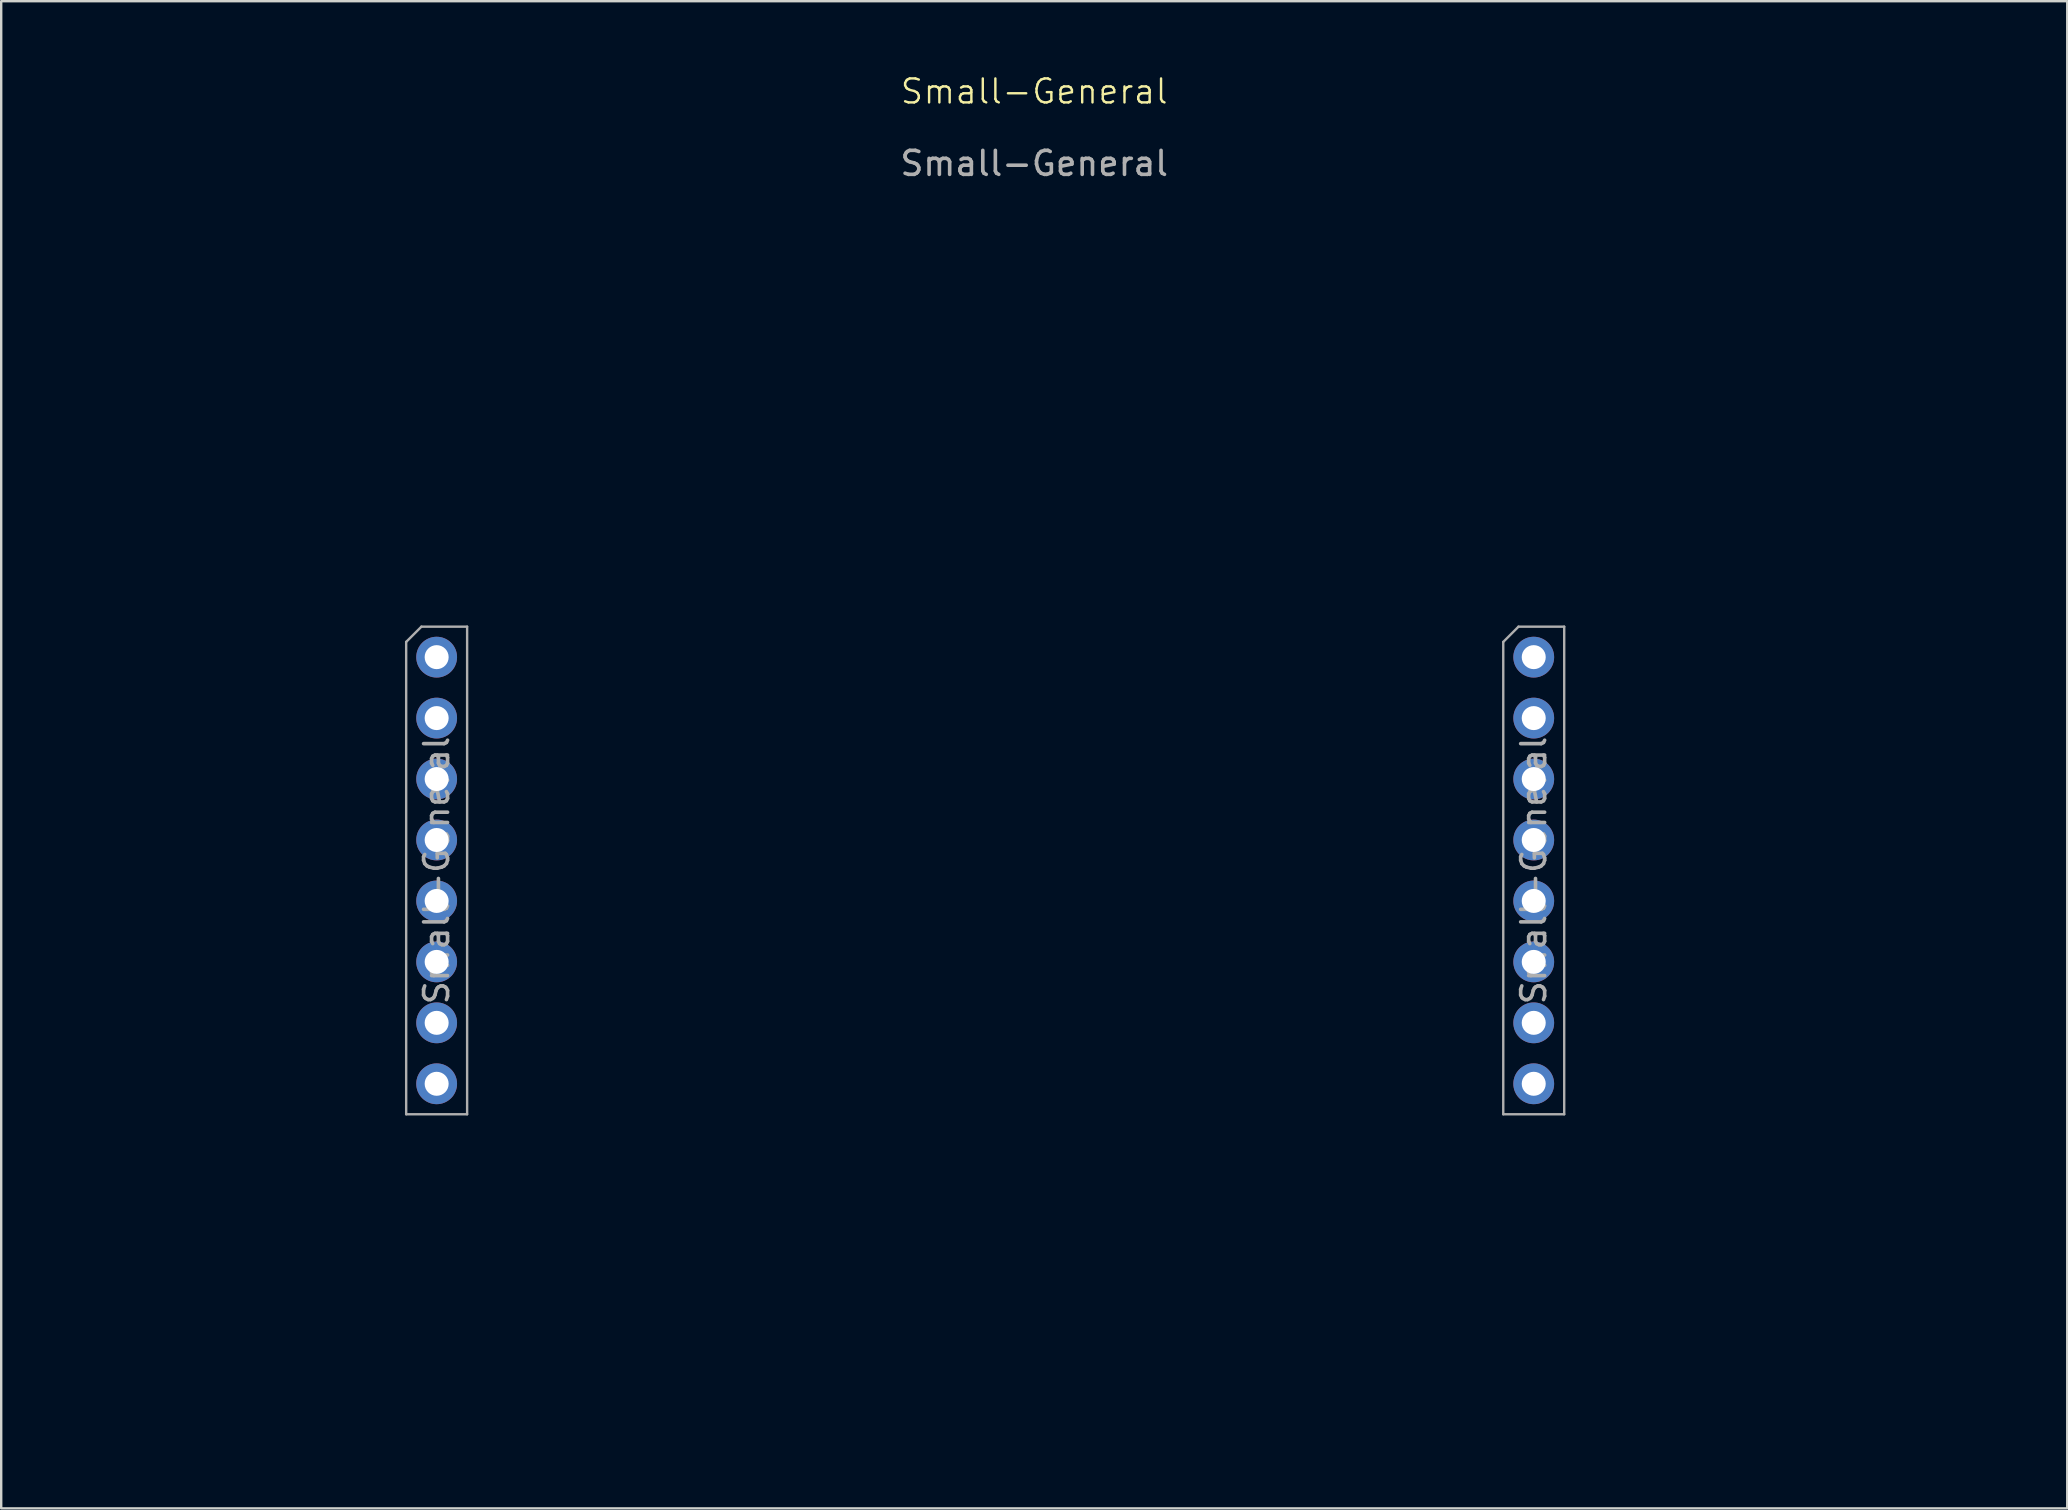
<source format=kicad_pcb>
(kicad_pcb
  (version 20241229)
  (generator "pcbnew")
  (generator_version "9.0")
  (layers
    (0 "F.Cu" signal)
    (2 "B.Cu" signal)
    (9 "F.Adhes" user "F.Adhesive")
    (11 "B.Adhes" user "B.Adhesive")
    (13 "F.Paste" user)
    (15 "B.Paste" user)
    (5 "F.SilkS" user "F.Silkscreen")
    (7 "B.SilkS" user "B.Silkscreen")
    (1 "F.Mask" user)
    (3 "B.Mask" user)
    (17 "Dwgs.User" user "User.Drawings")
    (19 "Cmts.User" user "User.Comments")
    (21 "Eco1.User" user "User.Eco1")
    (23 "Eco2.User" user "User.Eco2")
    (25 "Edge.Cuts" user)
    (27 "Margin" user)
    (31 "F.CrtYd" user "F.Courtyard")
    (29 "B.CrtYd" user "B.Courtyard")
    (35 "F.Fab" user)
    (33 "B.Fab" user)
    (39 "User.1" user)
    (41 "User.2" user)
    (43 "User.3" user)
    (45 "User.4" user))
  (footprint "Small-General"
    (layer "F.Cu")
    (at 40.05 31.761)
    (property "Reference" "Small-General" (at 0 -31 0) (unlocked yes) (layer "F.SilkS") (effects (font (size 1 1) (thickness 0.1))))
    (attr through_hole)
    (fp_line (start -26.173 -8.06) (end -25.538 -8.695) (stroke (width 0.1) (type solid)) (layer "F.Fab"))
    (fp_line (start -26.173 11.625) (end -26.173 -8.06) (stroke (width 0.1) (type solid)) (layer "F.Fab"))
    (fp_line (start -25.538 -8.695) (end -23.633 -8.695) (stroke (width 0.1) (type solid)) (layer "F.Fab"))
    (fp_line (start -23.633 -8.695) (end -23.633 11.625) (stroke (width 0.1) (type solid)) (layer "F.Fab"))
    (fp_line (start -23.633 11.625) (end -26.173 11.625) (stroke (width 0.1) (type solid)) (layer "F.Fab"))
    (fp_line (start 19.547 -8.06) (end 20.182 -8.695) (stroke (width 0.1) (type solid)) (layer "F.Fab"))
    (fp_line (start 19.547 11.625) (end 19.547 -8.06) (stroke (width 0.1) (type solid)) (layer "F.Fab"))
    (fp_line (start 20.182 -8.695) (end 22.087 -8.695) (stroke (width 0.1) (type solid)) (layer "F.Fab"))
    (fp_line (start 22.087 -8.695) (end 22.087 11.625) (stroke (width 0.1) (type solid)) (layer "F.Fab"))
    (fp_line (start 22.087 11.625) (end 19.547 11.625) (stroke (width 0.1) (type solid)) (layer "F.Fab"))
    (fp_line (start -34 -19) (end 34 19) (stroke (width 0.1) (type default)) (layer "User.1"))
    (fp_line (start 34 -19) (end -34 19) (stroke (width 0.1) (type default)) (layer "User.1"))
    (fp_rect (start -40 -19) (end -34 -25) (stroke (width 0.1) (type default)) (fill no) (layer "User.1"))
    (fp_rect (start -40 25) (end -34 19) (stroke (width 0.1) (type default)) (fill no) (layer "User.1"))
    (fp_rect (start 34 -19) (end 40 -25) (stroke (width 0.1) (type default)) (fill no) (layer "User.1"))
    (fp_rect (start 34 25) (end 40 19) (stroke (width 0.1) (type default)) (fill no) (layer "User.1"))
    (fp_poly (pts (arc (start -40 19) (mid -38.242641 23.242641) (end -34 25)) (arc (start 34 25) (mid 38.242641 23.242641) (end 40 19)) (arc (start 40 -19) (mid 38.242641 -23.242641) (end 34 -25)) (arc (start -34 -25) (mid -38.242641 -23.242641) (end -40 -19))) (stroke (width 0.1) (type solid)) (fill no) (layer "User.2"))
    (fp_line (start 35 10) (end 35 12) (stroke (width 0.1) (type default)) (layer "User.4"))
    (fp_line (start 35 12) (end 36 11) (stroke (width 0.1) (type default)) (layer "User.4"))
    (fp_line (start 36 11) (end 33.5 11) (stroke (width 0.1) (type default)) (layer "User.4"))
    (fp_line (start 36 11) (end 35 10) (stroke (width 0.1) (type default)) (layer "User.4"))
    (fp_text user "${REFERENCE}" (at -24.903 1.465 90) (layer "F.Fab") (effects (font (size 1 1) (thickness 0.15))))
    (fp_text user "${REFERENCE}" (at 20.817 1.465 90) (layer "F.Fab") (effects (font (size 1 1) (thickness 0.15))))
    (fp_text user "${REFERENCE}" (at 0 -28 0) (unlocked yes) (layer "F.Fab") (effects (font (size 1 1) (thickness 0.15))))
    (fp_text user "USB" (at 31.5 10.5 0) (unlocked yes) (layer "User.4") (effects (font (size 1 1) (thickness 0.15)) (justify left bottom)))
    (pad "L1" thru_hole oval (at -24.903 -7.425) (size 1.7 1.7) (drill 1) (layers "*.Cu" "*.Mask"))
    (pad "L2" thru_hole oval (at -24.903 -4.885) (size 1.7 1.7) (drill 1) (layers "*.Cu" "*.Mask"))
    (pad "L3" thru_hole oval (at -24.903 -2.345) (size 1.7 1.7) (drill 1) (layers "*.Cu" "*.Mask"))
    (pad "L4" thru_hole oval (at -24.903 0.195) (size 1.7 1.7) (drill 1) (layers "*.Cu" "*.Mask"))
    (pad "L5" thru_hole oval (at -24.903 2.735) (size 1.7 1.7) (drill 1) (layers "*.Cu" "*.Mask"))
    (pad "L6" thru_hole oval (at -24.903 5.275) (size 1.7 1.7) (drill 1) (layers "*.Cu" "*.Mask"))
    (pad "L7" thru_hole oval (at -24.903 7.815) (size 1.7 1.7) (drill 1) (layers "*.Cu" "*.Mask"))
    (pad "L8" thru_hole oval (at -24.903 10.355) (size 1.7 1.7) (drill 1) (layers "*.Cu" "*.Mask"))
    (pad "R1" thru_hole oval (at 20.817 -7.425) (size 1.7 1.7) (drill 1) (layers "*.Cu" "*.Mask"))
    (pad "R2" thru_hole oval (at 20.817 -4.885) (size 1.7 1.7) (drill 1) (layers "*.Cu" "*.Mask"))
    (pad "R3" thru_hole oval (at 20.817 -2.345) (size 1.7 1.7) (drill 1) (layers "*.Cu" "*.Mask"))
    (pad "R4" thru_hole oval (at 20.817 0.195) (size 1.7 1.7) (drill 1) (layers "*.Cu" "*.Mask"))
    (pad "R5" thru_hole oval (at 20.817 2.735) (size 1.7 1.7) (drill 1) (layers "*.Cu" "*.Mask"))
    (pad "R6" thru_hole oval (at 20.817 5.275) (size 1.7 1.7) (drill 1) (layers "*.Cu" "*.Mask"))
    (pad "R7" thru_hole oval (at 20.817 7.815) (size 1.7 1.7) (drill 1) (layers "*.Cu" "*.Mask"))
    (pad "R8" thru_hole oval (at 20.817 10.355) (size 1.7 1.7) (drill 1) (layers "*.Cu" "*.Mask")))
  (gr_rect
    (start -3 -3)
    (end 83.1 59.81)
    (stroke (width 0.1) (type default))
    (fill no)
    (layer "Edge.Cuts")))
</source>
